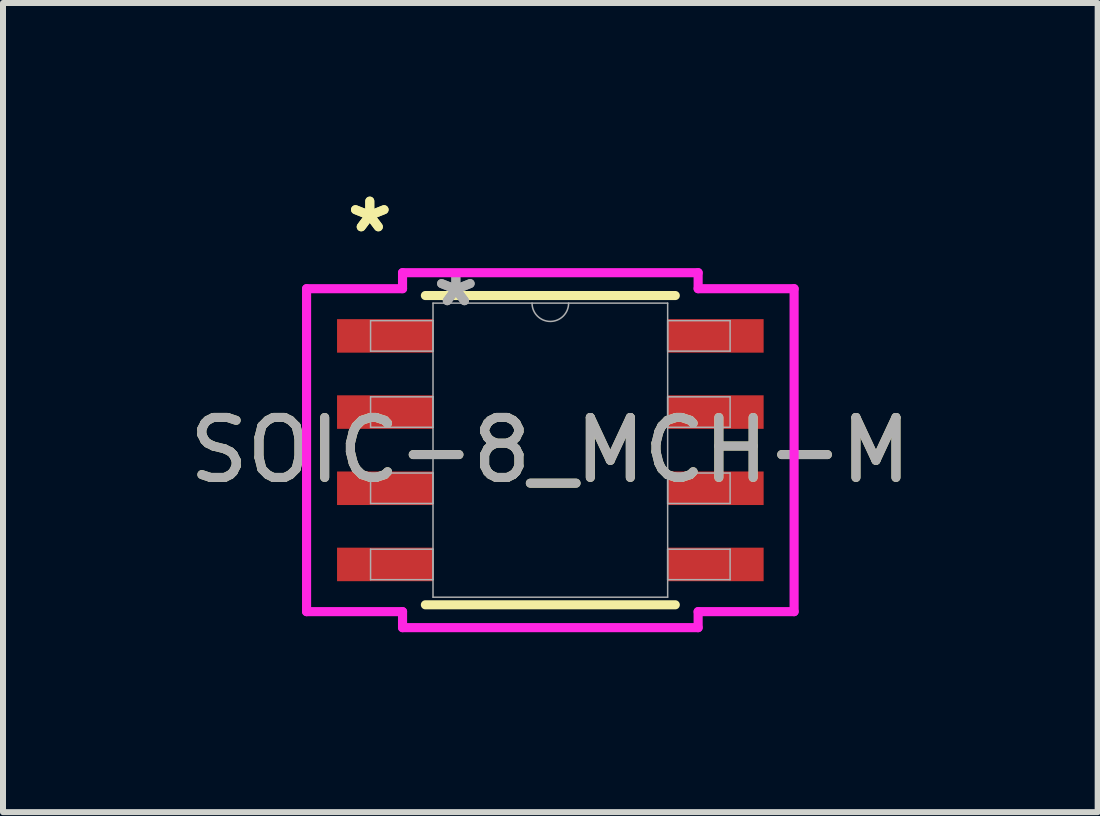
<source format=kicad_pcb>
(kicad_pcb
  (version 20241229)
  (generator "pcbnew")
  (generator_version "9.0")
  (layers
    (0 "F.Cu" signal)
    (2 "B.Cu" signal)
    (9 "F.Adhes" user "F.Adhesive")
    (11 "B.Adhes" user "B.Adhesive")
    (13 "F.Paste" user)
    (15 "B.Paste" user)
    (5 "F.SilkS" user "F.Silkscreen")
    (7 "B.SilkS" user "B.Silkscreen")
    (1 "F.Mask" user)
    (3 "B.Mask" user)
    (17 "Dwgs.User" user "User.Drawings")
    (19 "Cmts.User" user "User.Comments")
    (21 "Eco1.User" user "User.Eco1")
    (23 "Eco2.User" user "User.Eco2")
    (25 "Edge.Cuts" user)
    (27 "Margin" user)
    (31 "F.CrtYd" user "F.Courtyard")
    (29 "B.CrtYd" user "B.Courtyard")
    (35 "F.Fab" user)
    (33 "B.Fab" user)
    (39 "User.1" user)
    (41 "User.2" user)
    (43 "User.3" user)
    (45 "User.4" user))
  (footprint "SOIC-8_MCH-M"
    (layer "F.Cu")
    (at 6.125 4.455)
    (property "Reference" "SOIC-8_MCH-M" (at 0 0 0) (unlocked yes) (layer "F.SilkS") (effects (font (size 1 1) (thickness 0.15))))
    (attr smd)
    (fp_line (start -2.083 2.578) (end 2.083 2.578) (stroke (width 0.152) (type solid)) (layer "F.SilkS"))
    (fp_line (start 2.083 -2.578) (end -2.083 -2.578) (stroke (width 0.152) (type solid)) (layer "F.SilkS"))
    (fp_line (start -4.064 -2.692) (end -2.464 -2.692) (stroke (width 0.152) (type solid)) (layer "F.CrtYd"))
    (fp_line (start -4.064 2.692) (end -4.064 -2.692) (stroke (width 0.152) (type solid)) (layer "F.CrtYd"))
    (fp_line (start -4.064 2.692) (end -2.464 2.692) (stroke (width 0.152) (type solid)) (layer "F.CrtYd"))
    (fp_line (start -2.464 -2.959) (end 2.464 -2.959) (stroke (width 0.152) (type solid)) (layer "F.CrtYd"))
    (fp_line (start -2.464 -2.692) (end -2.464 -2.959) (stroke (width 0.152) (type solid)) (layer "F.CrtYd"))
    (fp_line (start -2.464 2.959) (end -2.464 2.692) (stroke (width 0.152) (type solid)) (layer "F.CrtYd"))
    (fp_line (start 2.464 -2.959) (end 2.464 -2.692) (stroke (width 0.152) (type solid)) (layer "F.CrtYd"))
    (fp_line (start 2.464 2.692) (end 2.464 2.959) (stroke (width 0.152) (type solid)) (layer "F.CrtYd"))
    (fp_line (start 2.464 2.959) (end -2.464 2.959) (stroke (width 0.152) (type solid)) (layer "F.CrtYd"))
    (fp_line (start 4.064 -2.692) (end 2.464 -2.692) (stroke (width 0.152) (type solid)) (layer "F.CrtYd"))
    (fp_line (start 4.064 -2.692) (end 4.064 2.692) (stroke (width 0.152) (type solid)) (layer "F.CrtYd"))
    (fp_line (start 4.064 2.692) (end 2.464 2.692) (stroke (width 0.152) (type solid)) (layer "F.CrtYd"))
    (fp_line (start -2.997 -2.159) (end -2.997 -1.651) (stroke (width 0.025) (type solid)) (layer "F.Fab"))
    (fp_line (start -2.997 -1.651) (end -1.956 -1.651) (stroke (width 0.025) (type solid)) (layer "F.Fab"))
    (fp_line (start -2.997 -0.889) (end -2.997 -0.381) (stroke (width 0.025) (type solid)) (layer "F.Fab"))
    (fp_line (start -2.997 -0.381) (end -1.956 -0.381) (stroke (width 0.025) (type solid)) (layer "F.Fab"))
    (fp_line (start -2.997 0.381) (end -2.997 0.889) (stroke (width 0.025) (type solid)) (layer "F.Fab"))
    (fp_line (start -2.997 0.889) (end -1.956 0.889) (stroke (width 0.025) (type solid)) (layer "F.Fab"))
    (fp_line (start -2.997 1.651) (end -2.997 2.159) (stroke (width 0.025) (type solid)) (layer "F.Fab"))
    (fp_line (start -2.997 2.159) (end -1.956 2.159) (stroke (width 0.025) (type solid)) (layer "F.Fab"))
    (fp_line (start -1.956 -2.451) (end -1.956 2.451) (stroke (width 0.025) (type solid)) (layer "F.Fab"))
    (fp_line (start -1.956 -2.159) (end -2.997 -2.159) (stroke (width 0.025) (type solid)) (layer "F.Fab"))
    (fp_line (start -1.956 -1.651) (end -1.956 -2.159) (stroke (width 0.025) (type solid)) (layer "F.Fab"))
    (fp_line (start -1.956 -0.889) (end -2.997 -0.889) (stroke (width 0.025) (type solid)) (layer "F.Fab"))
    (fp_line (start -1.956 -0.381) (end -1.956 -0.889) (stroke (width 0.025) (type solid)) (layer "F.Fab"))
    (fp_line (start -1.956 0.381) (end -2.997 0.381) (stroke (width 0.025) (type solid)) (layer "F.Fab"))
    (fp_line (start -1.956 0.889) (end -1.956 0.381) (stroke (width 0.025) (type solid)) (layer "F.Fab"))
    (fp_line (start -1.956 1.651) (end -2.997 1.651) (stroke (width 0.025) (type solid)) (layer "F.Fab"))
    (fp_line (start -1.956 2.159) (end -1.956 1.651) (stroke (width 0.025) (type solid)) (layer "F.Fab"))
    (fp_line (start -1.956 2.451) (end 1.956 2.451) (stroke (width 0.025) (type solid)) (layer "F.Fab"))
    (fp_line (start 1.956 -2.451) (end -1.956 -2.451) (stroke (width 0.025) (type solid)) (layer "F.Fab"))
    (fp_line (start 1.956 -2.159) (end 1.956 -1.651) (stroke (width 0.025) (type solid)) (layer "F.Fab"))
    (fp_line (start 1.956 -1.651) (end 2.997 -1.651) (stroke (width 0.025) (type solid)) (layer "F.Fab"))
    (fp_line (start 1.956 -0.889) (end 1.956 -0.381) (stroke (width 0.025) (type solid)) (layer "F.Fab"))
    (fp_line (start 1.956 -0.381) (end 2.997 -0.381) (stroke (width 0.025) (type solid)) (layer "F.Fab"))
    (fp_line (start 1.956 0.381) (end 1.956 0.889) (stroke (width 0.025) (type solid)) (layer "F.Fab"))
    (fp_line (start 1.956 0.889) (end 2.997 0.889) (stroke (width 0.025) (type solid)) (layer "F.Fab"))
    (fp_line (start 1.956 1.651) (end 1.956 2.159) (stroke (width 0.025) (type solid)) (layer "F.Fab"))
    (fp_line (start 1.956 2.159) (end 2.997 2.159) (stroke (width 0.025) (type solid)) (layer "F.Fab"))
    (fp_line (start 1.956 2.451) (end 1.956 -2.451) (stroke (width 0.025) (type solid)) (layer "F.Fab"))
    (fp_line (start 2.997 -2.159) (end 1.956 -2.159) (stroke (width 0.025) (type solid)) (layer "F.Fab"))
    (fp_line (start 2.997 -1.651) (end 2.997 -2.159) (stroke (width 0.025) (type solid)) (layer "F.Fab"))
    (fp_line (start 2.997 -0.889) (end 1.956 -0.889) (stroke (width 0.025) (type solid)) (layer "F.Fab"))
    (fp_line (start 2.997 -0.381) (end 2.997 -0.889) (stroke (width 0.025) (type solid)) (layer "F.Fab"))
    (fp_line (start 2.997 0.381) (end 1.956 0.381) (stroke (width 0.025) (type solid)) (layer "F.Fab"))
    (fp_line (start 2.997 0.889) (end 2.997 0.381) (stroke (width 0.025) (type solid)) (layer "F.Fab"))
    (fp_line (start 2.997 1.651) (end 1.956 1.651) (stroke (width 0.025) (type solid)) (layer "F.Fab"))
    (fp_line (start 2.997 2.159) (end 2.997 1.651) (stroke (width 0.025) (type solid)) (layer "F.Fab"))
    (fp_arc (start 0.3048 -2.4511) (mid 0 -2.1463) (end -0.3048 -2.4511) (stroke (width 0.0254) (type solid)) (layer "F.Fab"))
    (fp_text user "*" (at -3.01 -3.607 0) (layer "F.SilkS") (effects (font (size 1 1) (thickness 0.15))))
    (fp_text user "*" (at -3.01 -3.607 0) (unlocked yes) (layer "F.SilkS") (effects (font (size 1 1) (thickness 0.15))))
    (fp_text user "${REFERENCE}" (at 0 0 0) (unlocked yes) (layer "F.Fab") (effects (font (size 1 1) (thickness 0.15))))
    (fp_text user "*" (at -1.575 -2.375 0) (unlocked yes) (layer "F.Fab") (effects (font (size 1 1) (thickness 0.15))))
    (fp_text user "*" (at -1.575 -2.375 0) (layer "F.Fab") (effects (font (size 1 1) (thickness 0.15))))
    (pad "1" smd rect (at -2.756 -1.905) (size 1.6 0.559) (layers "F.Cu" "F.Mask" "F.Paste"))
    (pad "2" smd rect (at -2.756 -0.635) (size 1.6 0.559) (layers "F.Cu" "F.Mask" "F.Paste"))
    (pad "3" smd rect (at -2.756 0.635) (size 1.6 0.559) (layers "F.Cu" "F.Mask" "F.Paste"))
    (pad "4" smd rect (at -2.756 1.905) (size 1.6 0.559) (layers "F.Cu" "F.Mask" "F.Paste"))
    (pad "5" smd rect (at 2.756 1.905) (size 1.6 0.559) (layers "F.Cu" "F.Mask" "F.Paste"))
    (pad "6" smd rect (at 2.756 0.635) (size 1.6 0.559) (layers "F.Cu" "F.Mask" "F.Paste"))
    (pad "7" smd rect (at 2.756 -0.635) (size 1.6 0.559) (layers "F.Cu" "F.Mask" "F.Paste"))
    (pad "8" smd rect (at 2.756 -1.905) (size 1.6 0.559) (layers "F.Cu" "F.Mask" "F.Paste")))
  (gr_rect
    (start -3 -3)
    (end 15.25 10.49)
    (stroke (width 0.1) (type default))
    (fill no)
    (layer "Edge.Cuts")))
</source>
